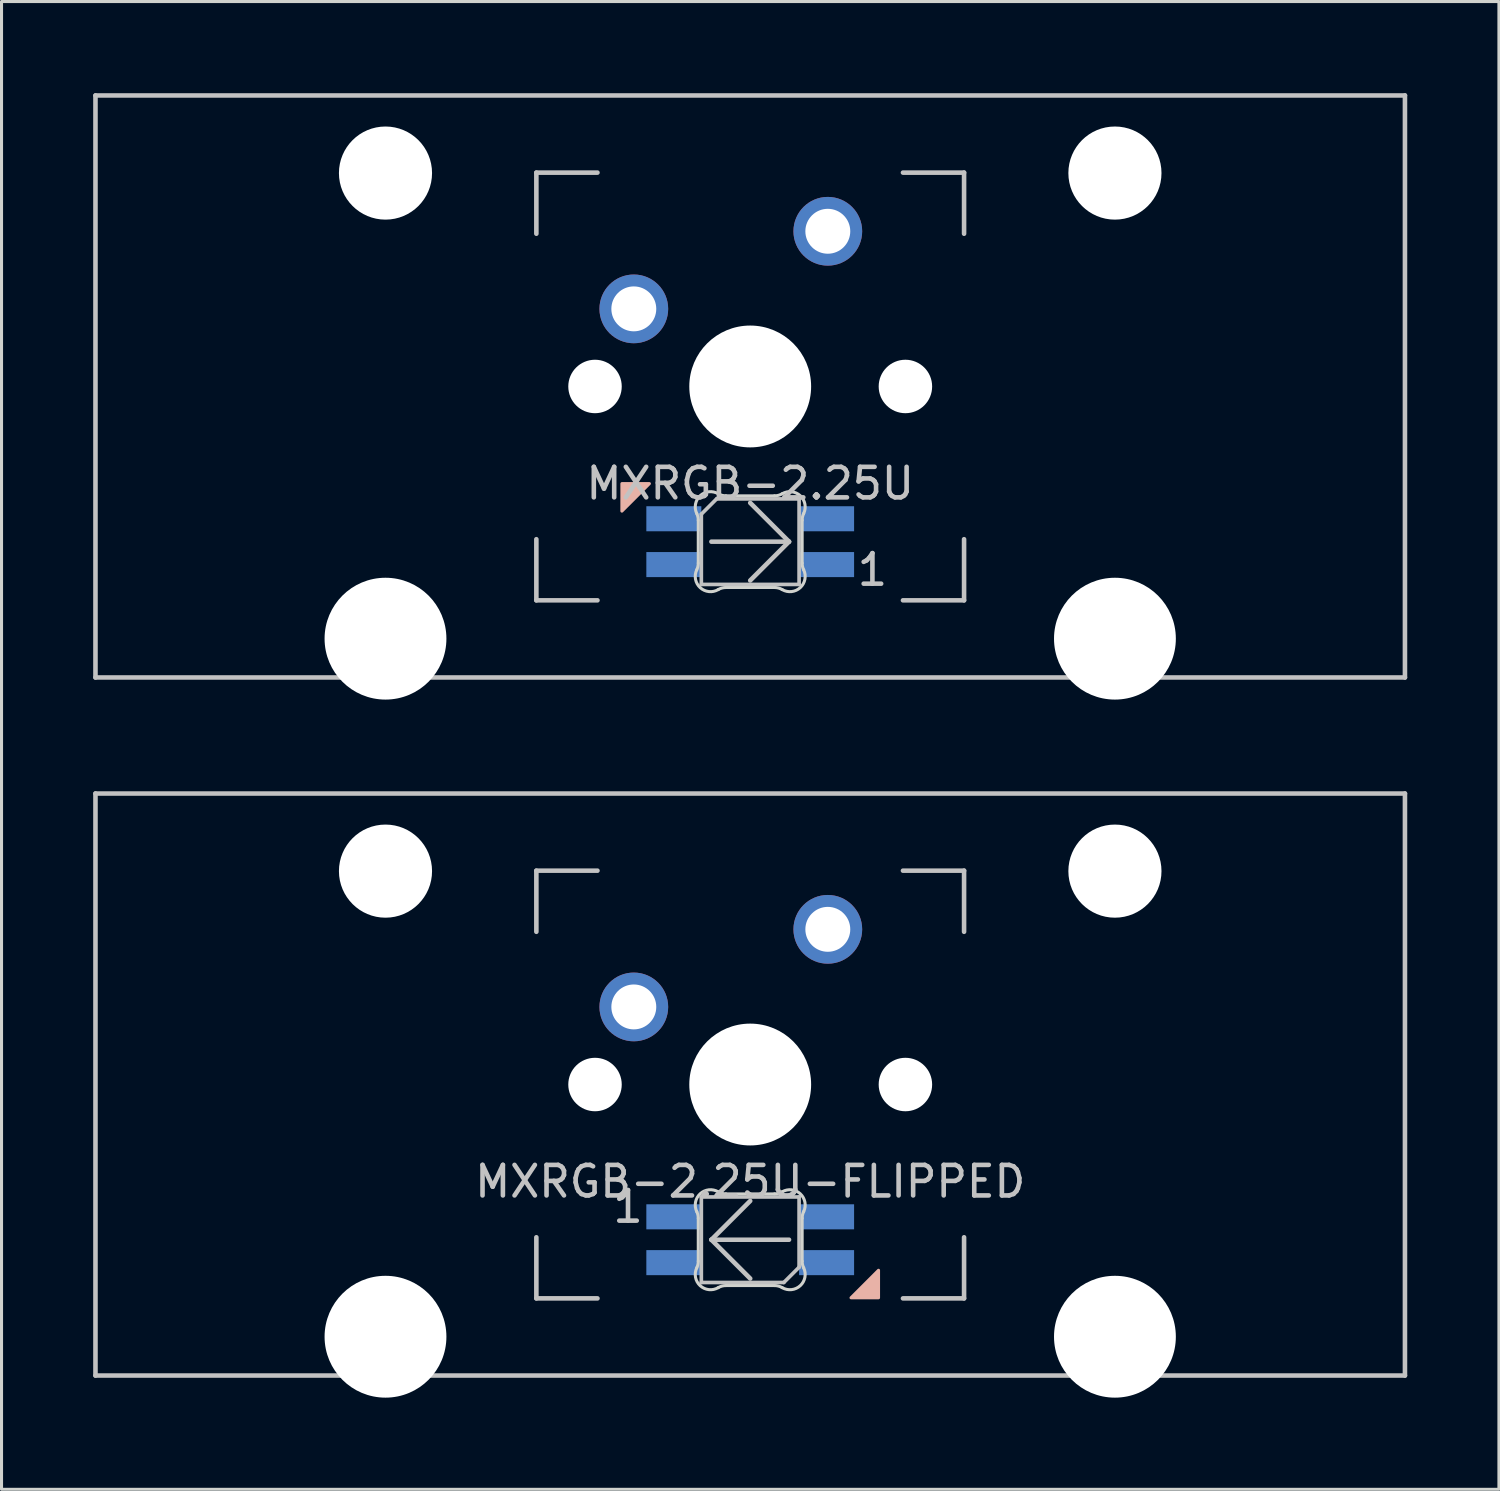
<source format=kicad_pcb>
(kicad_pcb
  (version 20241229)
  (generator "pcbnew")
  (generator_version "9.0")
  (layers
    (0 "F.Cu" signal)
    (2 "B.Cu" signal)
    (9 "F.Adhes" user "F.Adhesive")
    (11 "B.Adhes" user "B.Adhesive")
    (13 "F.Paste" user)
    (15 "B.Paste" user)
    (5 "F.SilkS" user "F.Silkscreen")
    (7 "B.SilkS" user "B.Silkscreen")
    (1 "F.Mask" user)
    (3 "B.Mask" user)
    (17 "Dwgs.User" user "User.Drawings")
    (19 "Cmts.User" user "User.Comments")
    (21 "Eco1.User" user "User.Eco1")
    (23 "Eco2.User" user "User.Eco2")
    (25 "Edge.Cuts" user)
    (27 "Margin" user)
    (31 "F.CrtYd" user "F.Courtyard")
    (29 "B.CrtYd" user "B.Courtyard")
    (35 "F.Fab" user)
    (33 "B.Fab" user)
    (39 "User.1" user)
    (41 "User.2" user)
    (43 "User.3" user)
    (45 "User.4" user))
  (footprint "MXRGB-2.25U-FLIPPED"
    (layer "F.Cu")
    (at 21.506 32.449)
    (property "Reference" "MXRGB-2.25U-FLIPPED" (at 0 3.175 0) (layer "Dwgs.User") (effects (font (size 1 1) (thickness 0.15))))
    (attr through_hole)
    (fp_poly (pts (xy 4.2 6.08) (xy 3.3 6.98) (xy 4.2 6.98)) (stroke (width 0.1) (type solid)) (fill yes) (layer "B.SilkS"))
    (fp_line (start -21.431 -9.525) (end 21.431 -9.525) (stroke (width 0.15) (type solid)) (layer "Dwgs.User"))
    (fp_line (start -21.431 9.525) (end -21.431 -9.525) (stroke (width 0.15) (type solid)) (layer "Dwgs.User"))
    (fp_line (start -21.431 9.525) (end 21.431 9.525) (stroke (width 0.15) (type solid)) (layer "Dwgs.User"))
    (fp_line (start -7 -7) (end -7 -5) (stroke (width 0.15) (type solid)) (layer "Dwgs.User"))
    (fp_line (start -7 5) (end -7 7) (stroke (width 0.15) (type solid)) (layer "Dwgs.User"))
    (fp_line (start -7 7) (end -5 7) (stroke (width 0.15) (type solid)) (layer "Dwgs.User"))
    (fp_line (start -5 -7) (end -7 -7) (stroke (width 0.15) (type solid)) (layer "Dwgs.User"))
    (fp_line (start -1.6 3.68) (end -1.6 6.48) (stroke (width 0.12) (type solid)) (layer "Dwgs.User"))
    (fp_line (start -1.6 6.48) (end 1.1 6.48) (stroke (width 0.12) (type solid)) (layer "Dwgs.User"))
    (fp_line (start -1.27 5.08) (end 0 3.81) (stroke (width 0.15) (type solid)) (layer "Dwgs.User"))
    (fp_line (start -1.27 5.08) (end 0 6.35) (stroke (width 0.15) (type solid)) (layer "Dwgs.User"))
    (fp_line (start -1.27 5.08) (end 1.27 5.08) (stroke (width 0.15) (type solid)) (layer "Dwgs.User"))
    (fp_line (start 1.6 3.68) (end -1.6 3.68) (stroke (width 0.12) (type solid)) (layer "Dwgs.User"))
    (fp_line (start 1.6 5.98) (end 1.1 6.48) (stroke (width 0.12) (type solid)) (layer "Dwgs.User"))
    (fp_line (start 1.6 5.98) (end 1.6 3.68) (stroke (width 0.12) (type solid)) (layer "Dwgs.User"))
    (fp_line (start 5 -7) (end 7 -7) (stroke (width 0.15) (type solid)) (layer "Dwgs.User"))
    (fp_line (start 5 7) (end 7 7) (stroke (width 0.15) (type solid)) (layer "Dwgs.User"))
    (fp_line (start 7 -7) (end 7 -5) (stroke (width 0.15) (type solid)) (layer "Dwgs.User"))
    (fp_line (start 7 7) (end 7 5) (stroke (width 0.15) (type solid)) (layer "Dwgs.User"))
    (fp_line (start 21.431 -9.525) (end 21.431 9.525) (stroke (width 0.15) (type solid)) (layer "Dwgs.User"))
    (fp_line (start -1.7 5.783) (end -1.7 4.377) (stroke (width 0.1) (type solid)) (layer "Edge.Cuts"))
    (fp_line (start -0.794 3.58) (end 0.794 3.58) (stroke (width 0.1) (type solid)) (layer "Edge.Cuts"))
    (fp_line (start 0.794 6.58) (end -0.794 6.58) (stroke (width 0.1) (type solid)) (layer "Edge.Cuts"))
    (fp_line (start 1.7 4.377) (end 1.7 5.783) (stroke (width 0.1) (type solid)) (layer "Edge.Cuts"))
    (fp_arc (start -1.749484 4.160279) (mid -1.712527 4.265931) (end -1.699999 4.377157) (stroke (width 0.1) (type solid)) (layer "Edge.Cuts"))
    (fp_arc (start -1.749484 4.160279) (mid -1.638071 3.575964) (end -1.046711 3.5117) (stroke (width 0.1) (type solid)) (layer "Edge.Cuts"))
    (fp_arc (start -1.699999 5.782842) (mid -1.712527 5.894067) (end -1.749484 5.999719) (stroke (width 0.1) (type solid)) (layer "Edge.Cuts"))
    (fp_arc (start -1.046711 6.648296) (mid -1.63807 6.584033) (end -1.749484 5.999719) (stroke (width 0.1) (type solid)) (layer "Edge.Cuts"))
    (fp_arc (start -1.04671 6.648298) (mid -0.925122 6.597376) (end -0.794452 6.579999) (stroke (width 0.1) (type solid)) (layer "Edge.Cuts"))
    (fp_arc (start -0.794453 3.579999) (mid -0.925123 3.562622) (end -1.046711 3.5117) (stroke (width 0.1) (type solid)) (layer "Edge.Cuts"))
    (fp_arc (start 0.794452 6.579999) (mid 0.925123 6.597376) (end 1.046711 6.648298) (stroke (width 0.1) (type solid)) (layer "Edge.Cuts"))
    (fp_arc (start 1.046711 3.511701) (mid 0.925123 3.562623) (end 0.794453 3.58) (stroke (width 0.1) (type solid)) (layer "Edge.Cuts"))
    (fp_arc (start 1.046711 3.511701) (mid 1.638071 3.575965) (end 1.749484 4.160279) (stroke (width 0.1) (type solid)) (layer "Edge.Cuts"))
    (fp_arc (start 1.699999 4.377156) (mid 1.712527 4.265931) (end 1.749484 4.160279) (stroke (width 0.1) (type solid)) (layer "Edge.Cuts"))
    (fp_arc (start 1.749484 5.999718) (mid 1.638072 6.584034) (end 1.046711 6.648298) (stroke (width 0.1) (type solid)) (layer "Edge.Cuts"))
    (fp_arc (start 1.749484 5.999719) (mid 1.712527 5.894067) (end 1.699999 5.782841) (stroke (width 0.1) (type solid)) (layer "Edge.Cuts"))
    (fp_text user "1" (at -4 4 0) (layer "Dwgs.User") (effects (font (size 1 1) (thickness 0.15))))
    (pad "" np_thru_hole circle (at -11.938 -6.985) (size 3.048 3.048) (drill 3.048) (layers "*.Cu" "*.Mask"))
    (pad "" np_thru_hole circle (at -11.938 8.255) (size 3.988 3.988) (drill 3.988) (layers "*.Cu" "*.Mask"))
    (pad "" np_thru_hole circle (at -5.08 0 48.1) (size 1.75 1.75) (drill 1.75) (layers "*.Cu" "*.Mask"))
    (pad "" np_thru_hole circle (at 0 0) (size 3.988 3.988) (drill 3.988) (layers "*.Cu" "*.Mask"))
    (pad "" np_thru_hole circle (at 5.08 0 48.1) (size 1.75 1.75) (drill 1.75) (layers "*.Cu" "*.Mask"))
    (pad "" np_thru_hole circle (at 11.938 -6.985) (size 3.048 3.048) (drill 3.048) (layers "*.Cu" "*.Mask"))
    (pad "" np_thru_hole circle (at 11.938 8.255) (size 3.988 3.988) (drill 3.988) (layers "*.Cu" "*.Mask"))
    (pad "1" thru_hole circle (at -3.81 -2.54) (size 2.25 2.25) (drill 1.47) (layers "*.Cu" "B.Mask"))
    (pad "2" thru_hole circle (at 2.54 -5.08) (size 2.25 2.25) (drill 1.47) (layers "*.Cu" "B.Mask"))
    (pad "3" smd rect (at -2.5 4.33) (size 1.8 0.82) (layers "B.Cu" "B.Mask" "B.Paste"))
    (pad "4" smd rect (at -2.5 5.83) (size 1.8 0.82) (layers "B.Cu" "B.Mask" "B.Paste"))
    (pad "5" smd rect (at 2.5 5.83) (size 1.8 0.82) (layers "B.Cu" "B.Mask" "B.Paste"))
    (pad "6" smd rect (at 2.5 4.33) (size 1.8 0.82) (layers "B.Cu" "B.Mask" "B.Paste")))
  (footprint "MXRGB-2.25U"
    (layer "F.Cu")
    (at 21.506 9.6)
    (property "Reference" "MXRGB-2.25U" (at 0 3.175 0) (layer "Dwgs.User") (effects (font (size 1 1) (thickness 0.15))))
    (attr through_hole)
    (fp_poly (pts (xy -4.2 4.08) (xy -3.3 3.18) (xy -4.2 3.18)) (stroke (width 0.1) (type solid)) (fill yes) (layer "B.SilkS"))
    (fp_line (start -21.431 -9.525) (end 21.431 -9.525) (stroke (width 0.15) (type solid)) (layer "Dwgs.User"))
    (fp_line (start -21.431 9.525) (end -21.431 -9.525) (stroke (width 0.15) (type solid)) (layer "Dwgs.User"))
    (fp_line (start -21.431 9.525) (end 21.431 9.525) (stroke (width 0.15) (type solid)) (layer "Dwgs.User"))
    (fp_line (start -7 -7) (end -7 -5) (stroke (width 0.15) (type solid)) (layer "Dwgs.User"))
    (fp_line (start -7 5) (end -7 7) (stroke (width 0.15) (type solid)) (layer "Dwgs.User"))
    (fp_line (start -7 7) (end -5 7) (stroke (width 0.15) (type solid)) (layer "Dwgs.User"))
    (fp_line (start -5 -7) (end -7 -7) (stroke (width 0.15) (type solid)) (layer "Dwgs.User"))
    (fp_line (start -1.6 4.18) (end -1.6 6.48) (stroke (width 0.12) (type solid)) (layer "Dwgs.User"))
    (fp_line (start -1.6 4.18) (end -1.1 3.68) (stroke (width 0.12) (type solid)) (layer "Dwgs.User"))
    (fp_line (start -1.6 6.48) (end 1.6 6.48) (stroke (width 0.12) (type solid)) (layer "Dwgs.User"))
    (fp_line (start -1.27 5.08) (end 1.27 5.08) (stroke (width 0.15) (type solid)) (layer "Dwgs.User"))
    (fp_line (start 1.27 5.08) (end 0 3.81) (stroke (width 0.15) (type solid)) (layer "Dwgs.User"))
    (fp_line (start 1.27 5.08) (end 0 6.35) (stroke (width 0.15) (type solid)) (layer "Dwgs.User"))
    (fp_line (start 1.6 3.68) (end -1.1 3.68) (stroke (width 0.12) (type solid)) (layer "Dwgs.User"))
    (fp_line (start 1.6 6.48) (end 1.6 3.68) (stroke (width 0.12) (type solid)) (layer "Dwgs.User"))
    (fp_line (start 5 -7) (end 7 -7) (stroke (width 0.15) (type solid)) (layer "Dwgs.User"))
    (fp_line (start 5 7) (end 7 7) (stroke (width 0.15) (type solid)) (layer "Dwgs.User"))
    (fp_line (start 7 -7) (end 7 -5) (stroke (width 0.15) (type solid)) (layer "Dwgs.User"))
    (fp_line (start 7 7) (end 7 5) (stroke (width 0.15) (type solid)) (layer "Dwgs.User"))
    (fp_line (start 21.431 -9.525) (end 21.431 9.525) (stroke (width 0.15) (type solid)) (layer "Dwgs.User"))
    (fp_line (start -1.7 5.783) (end -1.7 4.377) (stroke (width 0.1) (type solid)) (layer "Edge.Cuts"))
    (fp_line (start -0.794 3.58) (end 0.794 3.58) (stroke (width 0.1) (type solid)) (layer "Edge.Cuts"))
    (fp_line (start 0.794 6.58) (end -0.794 6.58) (stroke (width 0.1) (type solid)) (layer "Edge.Cuts"))
    (fp_line (start 1.7 4.377) (end 1.7 5.783) (stroke (width 0.1) (type solid)) (layer "Edge.Cuts"))
    (fp_arc (start -1.749484 4.160281) (mid -1.712527 4.265933) (end -1.699999 4.377159) (stroke (width 0.1) (type solid)) (layer "Edge.Cuts"))
    (fp_arc (start -1.749484 4.160282) (mid -1.638072 3.575966) (end -1.046711 3.511702) (stroke (width 0.1) (type solid)) (layer "Edge.Cuts"))
    (fp_arc (start -1.699999 5.782844) (mid -1.712527 5.894069) (end -1.749484 5.999721) (stroke (width 0.1) (type solid)) (layer "Edge.Cuts"))
    (fp_arc (start -1.046711 6.648299) (mid -1.638071 6.584035) (end -1.749484 5.999721) (stroke (width 0.1) (type solid)) (layer "Edge.Cuts"))
    (fp_arc (start -1.046711 6.648299) (mid -0.925123 6.597377) (end -0.794453 6.58) (stroke (width 0.1) (type solid)) (layer "Edge.Cuts"))
    (fp_arc (start -0.794452 3.580001) (mid -0.925123 3.562624) (end -1.046711 3.511702) (stroke (width 0.1) (type solid)) (layer "Edge.Cuts"))
    (fp_arc (start 0.794453 6.580001) (mid 0.925123 6.597378) (end 1.046711 6.6483) (stroke (width 0.1) (type solid)) (layer "Edge.Cuts"))
    (fp_arc (start 1.04671 3.511702) (mid 0.925122 3.562624) (end 0.794452 3.580001) (stroke (width 0.1) (type solid)) (layer "Edge.Cuts"))
    (fp_arc (start 1.046711 3.511704) (mid 1.63807 3.575967) (end 1.749484 4.160281) (stroke (width 0.1) (type solid)) (layer "Edge.Cuts"))
    (fp_arc (start 1.699999 4.377158) (mid 1.712527 4.265933) (end 1.749484 4.160281) (stroke (width 0.1) (type solid)) (layer "Edge.Cuts"))
    (fp_arc (start 1.749484 5.999721) (mid 1.638071 6.584036) (end 1.046711 6.6483) (stroke (width 0.1) (type solid)) (layer "Edge.Cuts"))
    (fp_arc (start 1.749484 5.999721) (mid 1.712527 5.894069) (end 1.699999 5.782843) (stroke (width 0.1) (type solid)) (layer "Edge.Cuts"))
    (fp_text user "1" (at 4 6 0) (layer "Dwgs.User") (effects (font (size 1 1) (thickness 0.15))))
    (pad "" np_thru_hole circle (at -11.938 -6.985) (size 3.048 3.048) (drill 3.048) (layers "*.Cu" "*.Mask"))
    (pad "" np_thru_hole circle (at -11.938 8.255) (size 3.988 3.988) (drill 3.988) (layers "*.Cu" "*.Mask"))
    (pad "" np_thru_hole circle (at -5.08 0 48.1) (size 1.75 1.75) (drill 1.75) (layers "*.Cu" "*.Mask"))
    (pad "" np_thru_hole circle (at 0 0) (size 3.988 3.988) (drill 3.988) (layers "*.Cu" "*.Mask"))
    (pad "" np_thru_hole circle (at 5.08 0 48.1) (size 1.75 1.75) (drill 1.75) (layers "*.Cu" "*.Mask"))
    (pad "" np_thru_hole circle (at 11.938 -6.985) (size 3.048 3.048) (drill 3.048) (layers "*.Cu" "*.Mask"))
    (pad "" np_thru_hole circle (at 11.938 8.255) (size 3.988 3.988) (drill 3.988) (layers "*.Cu" "*.Mask"))
    (pad "1" thru_hole circle (at -3.81 -2.54) (size 2.25 2.25) (drill 1.47) (layers "*.Cu" "B.Mask"))
    (pad "2" thru_hole circle (at 2.54 -5.08) (size 2.25 2.25) (drill 1.47) (layers "*.Cu" "B.Mask"))
    (pad "3" smd rect (at 2.5 5.83) (size 1.8 0.82) (layers "B.Cu" "B.Mask" "B.Paste"))
    (pad "4" smd rect (at 2.5 4.33) (size 1.8 0.82) (layers "B.Cu" "B.Mask" "B.Paste"))
    (pad "5" smd rect (at -2.5 4.33) (size 1.8 0.82) (layers "B.Cu" "B.Mask" "B.Paste"))
    (pad "6" smd rect (at -2.5 5.83) (size 1.8 0.82) (layers "B.Cu" "B.Mask" "B.Paste")))
  (gr_rect
    (start -3 -3)
    (end 46.013 45.698)
    (stroke (width 0.1) (type default))
    (fill no)
    (layer "Edge.Cuts")))
</source>
